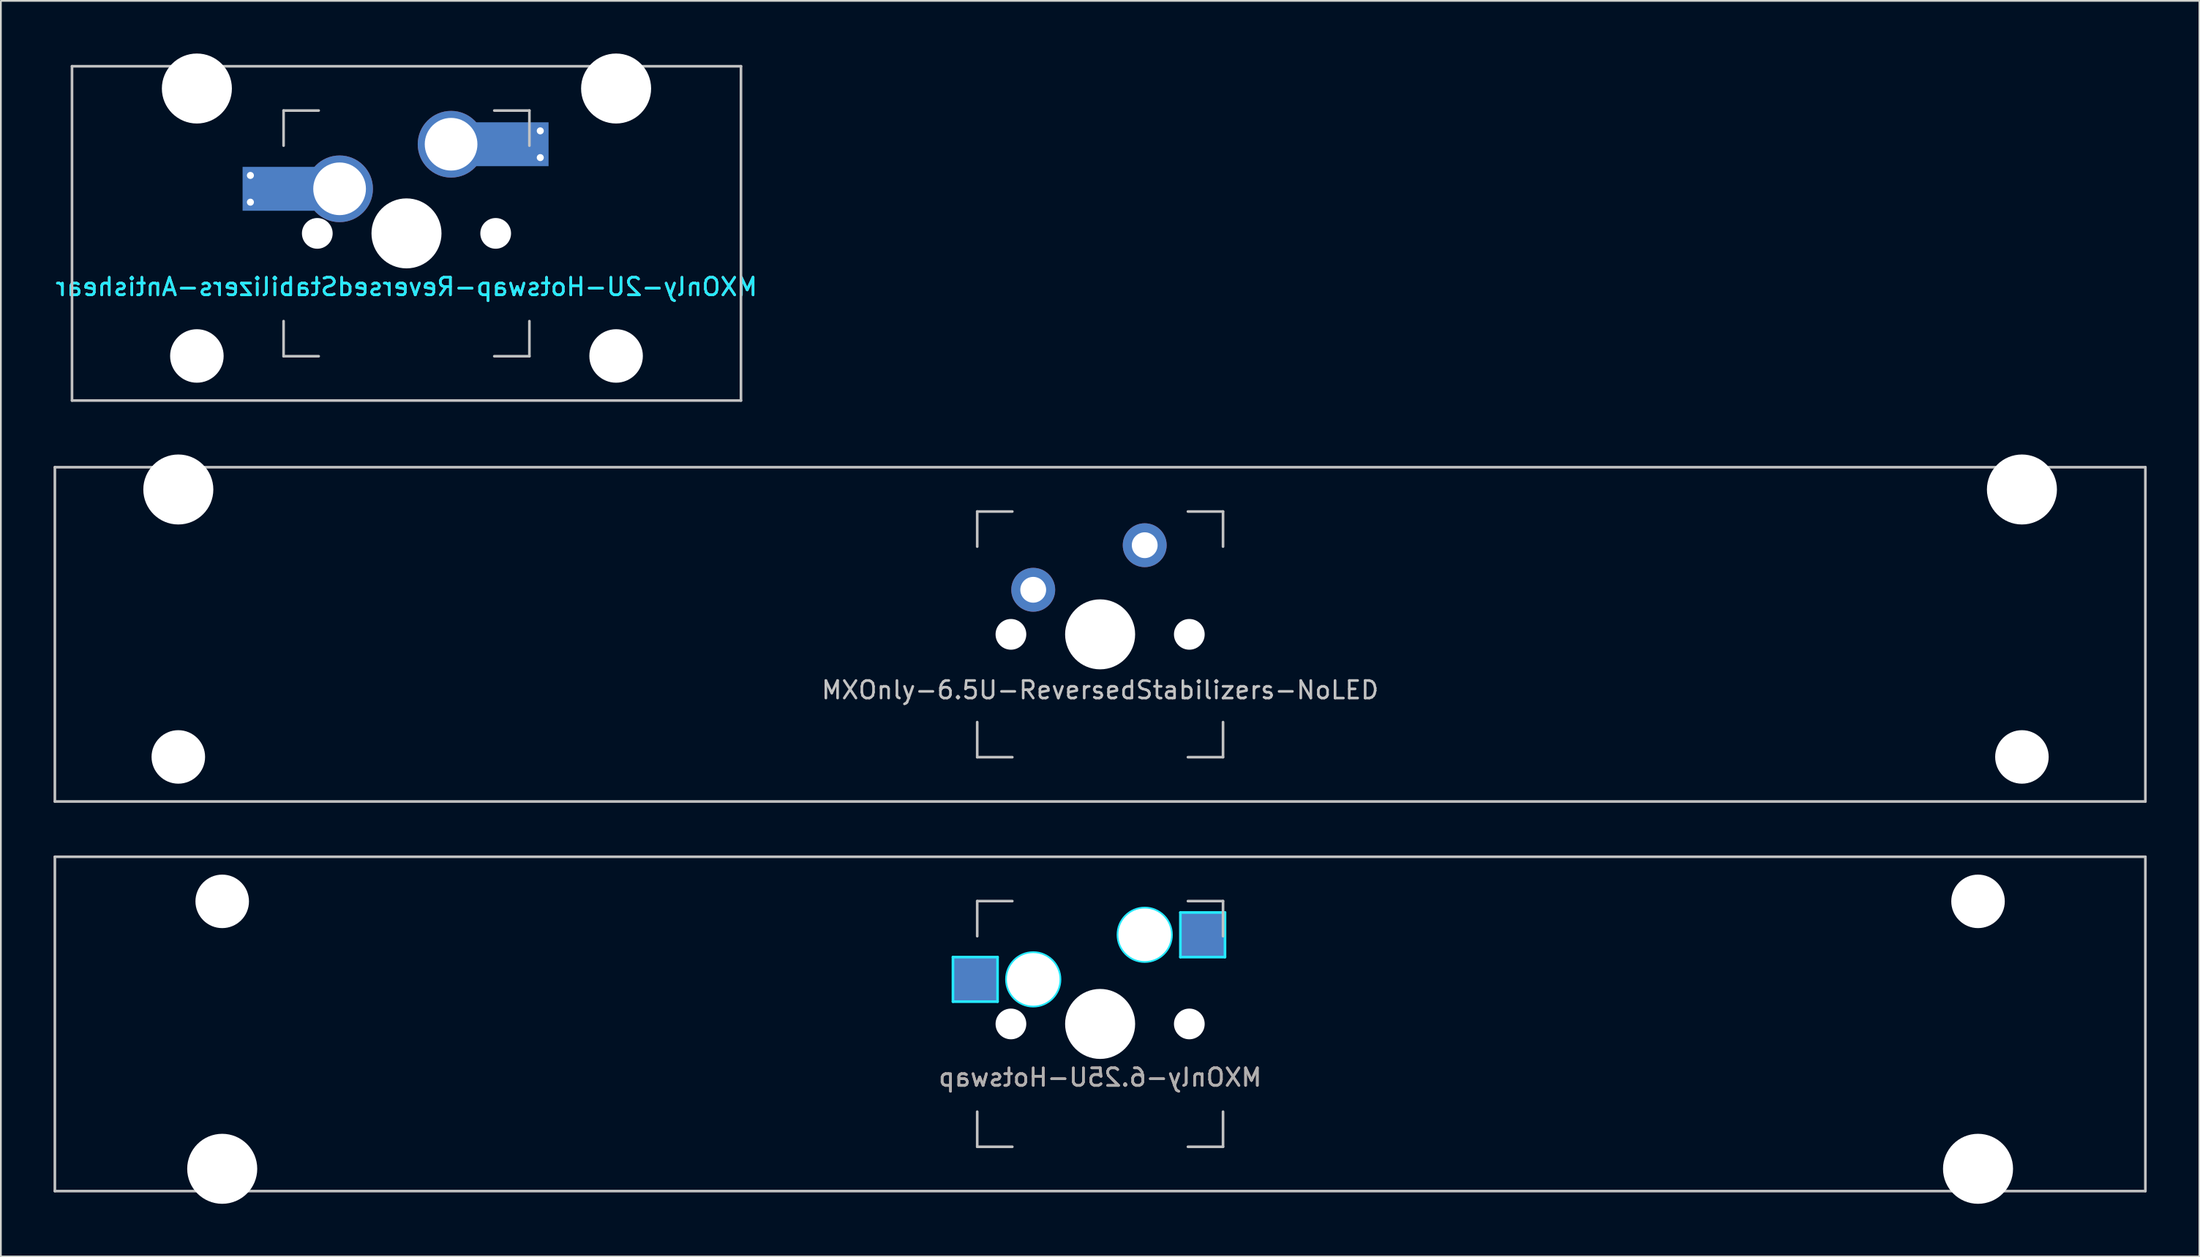
<source format=kicad_pcb>
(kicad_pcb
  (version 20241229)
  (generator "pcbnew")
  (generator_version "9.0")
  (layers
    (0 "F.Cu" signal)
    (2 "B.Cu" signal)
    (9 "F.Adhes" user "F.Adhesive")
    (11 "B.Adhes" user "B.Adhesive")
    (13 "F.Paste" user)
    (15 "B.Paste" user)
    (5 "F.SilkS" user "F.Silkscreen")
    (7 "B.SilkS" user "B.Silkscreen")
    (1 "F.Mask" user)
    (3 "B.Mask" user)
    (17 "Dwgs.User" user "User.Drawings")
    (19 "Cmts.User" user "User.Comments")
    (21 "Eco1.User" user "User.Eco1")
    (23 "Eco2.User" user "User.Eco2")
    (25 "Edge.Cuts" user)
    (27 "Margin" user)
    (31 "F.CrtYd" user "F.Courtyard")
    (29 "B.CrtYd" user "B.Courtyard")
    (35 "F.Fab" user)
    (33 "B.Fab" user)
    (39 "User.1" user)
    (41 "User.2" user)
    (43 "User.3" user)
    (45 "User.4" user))
  (footprint "MXOnly-6.25U-Hotswap"
    (layer "F.Cu")
    (at 59.606 55.298)
    (property "Reference" "MXOnly-6.25U-Hotswap" (at 0 3.048 0) (layer "F.Fab") (effects (font (size 1 1) (thickness 0.15)) (justify mirror)))
    (attr smd)
    (fp_line (start -59.531 -9.525) (end 59.531 -9.525) (stroke (width 0.15) (type solid)) (layer "Dwgs.User"))
    (fp_line (start -59.531 9.525) (end -59.531 -9.525) (stroke (width 0.15) (type solid)) (layer "Dwgs.User"))
    (fp_line (start -7 -7) (end -7 -5) (stroke (width 0.15) (type solid)) (layer "Dwgs.User"))
    (fp_line (start -7 5) (end -7 7) (stroke (width 0.15) (type solid)) (layer "Dwgs.User"))
    (fp_line (start -7 7) (end -5 7) (stroke (width 0.15) (type solid)) (layer "Dwgs.User"))
    (fp_line (start -5 -7) (end -7 -7) (stroke (width 0.15) (type solid)) (layer "Dwgs.User"))
    (fp_line (start 5 -7) (end 7 -7) (stroke (width 0.15) (type solid)) (layer "Dwgs.User"))
    (fp_line (start 5 7) (end 7 7) (stroke (width 0.15) (type solid)) (layer "Dwgs.User"))
    (fp_line (start 7 -7) (end 7 -5) (stroke (width 0.15) (type solid)) (layer "Dwgs.User"))
    (fp_line (start 7 7) (end 7 5) (stroke (width 0.15) (type solid)) (layer "Dwgs.User"))
    (fp_line (start 59.531 -9.525) (end 59.531 9.525) (stroke (width 0.15) (type solid)) (layer "Dwgs.User"))
    (fp_line (start 59.531 9.525) (end -59.531 9.525) (stroke (width 0.15) (type solid)) (layer "Dwgs.User"))
    (fp_line (start -8.382 -3.81) (end -5.842 -3.81) (stroke (width 0.15) (type solid)) (layer "B.CrtYd"))
    (fp_line (start -8.382 -1.27) (end -8.382 -3.81) (stroke (width 0.15) (type solid)) (layer "B.CrtYd"))
    (fp_line (start -5.842 -3.81) (end -5.842 -1.27) (stroke (width 0.15) (type solid)) (layer "B.CrtYd"))
    (fp_line (start -5.842 -1.27) (end -8.382 -1.27) (stroke (width 0.15) (type solid)) (layer "B.CrtYd"))
    (fp_line (start 4.572 -6.35) (end 7.112 -6.35) (stroke (width 0.15) (type solid)) (layer "B.CrtYd"))
    (fp_line (start 4.572 -3.81) (end 4.572 -6.35) (stroke (width 0.15) (type solid)) (layer "B.CrtYd"))
    (fp_line (start 7.112 -6.35) (end 7.112 -3.81) (stroke (width 0.15) (type solid)) (layer "B.CrtYd"))
    (fp_line (start 7.112 -3.81) (end 4.572 -3.81) (stroke (width 0.15) (type solid)) (layer "B.CrtYd"))
    (fp_circle (center -3.81 -2.54) (end -3.81 -4.064) (stroke (width 0.15) (type solid)) (fill no) (layer "B.CrtYd"))
    (fp_circle (center 2.54 -5.08) (end 2.54 -6.604) (stroke (width 0.15) (type solid)) (fill no) (layer "B.CrtYd"))
    (fp_text user "${REFERENCE}" (at 0 3.048 0) (layer "B.SilkS") (effects (font (size 1 1) (thickness 0.15)) (justify mirror)))
    (pad "" np_thru_hole circle (at -50 -6.985) (size 3.048 3.048) (drill 3.048) (layers "*.Cu" "*.Mask"))
    (pad "" np_thru_hole circle (at -50 8.255) (size 3.988 3.988) (drill 3.988) (layers "*.Cu" "*.Mask"))
    (pad "" np_thru_hole circle (at -5.08 0 48.1) (size 1.75 1.75) (drill 1.75) (layers "*.Cu" "*.Mask"))
    (pad "" np_thru_hole circle (at -3.81 -2.54) (size 3 3) (drill 3) (layers "*.Cu" "*.Mask"))
    (pad "" np_thru_hole circle (at 0 0) (size 3.988 3.988) (drill 3.988) (layers "*.Cu" "*.Mask"))
    (pad "" np_thru_hole circle (at 2.54 -5.08) (size 3 3) (drill 3) (layers "*.Cu" "*.Mask"))
    (pad "" np_thru_hole circle (at 5.08 0 48.1) (size 1.75 1.75) (drill 1.75) (layers "*.Cu" "*.Mask"))
    (pad "" np_thru_hole circle (at 50 -6.985) (size 3.048 3.048) (drill 3.048) (layers "*.Cu" "*.Mask"))
    (pad "" np_thru_hole circle (at 50 8.255) (size 3.988 3.988) (drill 3.988) (layers "*.Cu" "*.Mask"))
    (pad "1" smd rect (at -7.085 -2.54) (size 2.55 2.5) (layers "B.Cu" "B.Mask" "B.Paste"))
    (pad "2" smd rect (at 5.842 -5.08) (size 2.55 2.5) (layers "B.Cu" "B.Mask" "B.Paste")))
  (footprint "MXOnly-2U-Hotswap-ReversedStabilizers-Antishear"
    (layer "F.Cu")
    (at 20.101 10.249)
    (property "Reference" "MXOnly-2U-Hotswap-ReversedStabilizers-Antishear" (at 0 3.048 0) (layer "B.CrtYd") (effects (font (size 1 1) (thickness 0.15)) (justify mirror)))
    (attr smd)
    (fp_line (start -19.05 -9.525) (end 19.05 -9.525) (stroke (width 0.15) (type solid)) (layer "Dwgs.User"))
    (fp_line (start -19.05 9.525) (end -19.05 -9.525) (stroke (width 0.15) (type solid)) (layer "Dwgs.User"))
    (fp_line (start -7 -7) (end -7 -5) (stroke (width 0.15) (type solid)) (layer "Dwgs.User"))
    (fp_line (start -7 5) (end -7 7) (stroke (width 0.15) (type solid)) (layer "Dwgs.User"))
    (fp_line (start -7 7) (end -5 7) (stroke (width 0.15) (type solid)) (layer "Dwgs.User"))
    (fp_line (start -5 -7) (end -7 -7) (stroke (width 0.15) (type solid)) (layer "Dwgs.User"))
    (fp_line (start 5 -7) (end 7 -7) (stroke (width 0.15) (type solid)) (layer "Dwgs.User"))
    (fp_line (start 5 7) (end 7 7) (stroke (width 0.15) (type solid)) (layer "Dwgs.User"))
    (fp_line (start 7 -7) (end 7 -5) (stroke (width 0.15) (type solid)) (layer "Dwgs.User"))
    (fp_line (start 7 7) (end 7 5) (stroke (width 0.15) (type solid)) (layer "Dwgs.User"))
    (fp_line (start 19.05 -9.525) (end 19.05 9.525) (stroke (width 0.15) (type solid)) (layer "Dwgs.User"))
    (fp_line (start 19.05 9.525) (end -19.05 9.525) (stroke (width 0.15) (type solid)) (layer "Dwgs.User"))
    (fp_text user "${REFERENCE}" (at 0 3.048 0) (layer "B.SilkS") (effects (font (size 1 1) (thickness 0.15)) (justify mirror)))
    (pad "" np_thru_hole circle (at -11.938 -8.255) (size 3.988 3.988) (drill 3.988) (layers "*.Cu" "*.Mask"))
    (pad "" np_thru_hole circle (at -11.938 6.985) (size 3.048 3.048) (drill 3.048) (layers "*.Cu" "*.Mask"))
    (pad "" smd rect (at -7.085 -2.54) (size 2.55 2.5) (layers "B.Mask" "B.Paste"))
    (pad "" np_thru_hole circle (at -5.08 0 48.1) (size 1.75 1.75) (drill 1.75) (layers "*.Cu" "*.Mask"))
    (pad "" np_thru_hole circle (at 0 0) (size 3.988 3.988) (drill 3.988) (layers "*.Cu" "*.Mask"))
    (pad "" np_thru_hole circle (at 5.08 0 48.1) (size 1.75 1.75) (drill 1.75) (layers "*.Cu" "*.Mask"))
    (pad "" smd rect (at 5.815 -5.08) (size 2.55 2.5) (layers "B.Mask" "B.Paste"))
    (pad "" np_thru_hole circle (at 11.938 -8.255) (size 3.988 3.988) (drill 3.988) (layers "*.Cu" "*.Mask"))
    (pad "" np_thru_hole circle (at 11.938 6.985) (size 3.048 3.048) (drill 3.048) (layers "*.Cu" "*.Mask"))
    (pad "1" thru_hole circle (at -8.89 -3.302) (size 0.8 0.8) (drill 0.4) (layers "*.Cu"))
    (pad "1" thru_hole circle (at -8.89 -1.778) (size 0.8 0.8) (drill 0.4) (layers "*.Cu"))
    (pad "1" smd rect (at -7.085 -2.54) (size 4.5 2.5) (layers "B.Cu"))
    (pad "1" thru_hole circle (at -3.81 -2.54) (size 3.8 3.8) (drill 3) (layers "*.Cu"))
    (pad "2" thru_hole circle (at 2.54 -5.08) (size 3.8 3.8) (drill 3) (layers "*.Cu"))
    (pad "2" smd rect (at 5.842 -5.08) (size 4.5 2.5) (layers "B.Cu"))
    (pad "2" thru_hole circle (at 7.62 -5.842) (size 0.8 0.8) (drill 0.4) (layers "*.Cu"))
    (pad "2" thru_hole circle (at 7.62 -4.318) (size 0.8 0.8) (drill 0.4) (layers "*.Cu")))
  (footprint "MXOnly-6.5U-ReversedStabilizers-NoLED"
    (layer "F.Cu")
    (at 59.606 33.098)
    (property "Reference" "MXOnly-6.5U-ReversedStabilizers-NoLED" (at 0 3.175 0) (layer "Dwgs.User") (effects (font (size 1 1) (thickness 0.15))))
    (attr through_hole)
    (fp_line (start -59.531 -9.525) (end 59.531 -9.525) (stroke (width 0.15) (type solid)) (layer "Dwgs.User"))
    (fp_line (start -59.531 9.525) (end -59.531 -9.525) (stroke (width 0.15) (type solid)) (layer "Dwgs.User"))
    (fp_line (start -59.531 9.525) (end 59.531 9.525) (stroke (width 0.15) (type solid)) (layer "Dwgs.User"))
    (fp_line (start -7 -7) (end -7 -5) (stroke (width 0.15) (type solid)) (layer "Dwgs.User"))
    (fp_line (start -7 5) (end -7 7) (stroke (width 0.15) (type solid)) (layer "Dwgs.User"))
    (fp_line (start -7 7) (end -5 7) (stroke (width 0.15) (type solid)) (layer "Dwgs.User"))
    (fp_line (start -5 -7) (end -7 -7) (stroke (width 0.15) (type solid)) (layer "Dwgs.User"))
    (fp_line (start 5 -7) (end 7 -7) (stroke (width 0.15) (type solid)) (layer "Dwgs.User"))
    (fp_line (start 5 7) (end 7 7) (stroke (width 0.15) (type solid)) (layer "Dwgs.User"))
    (fp_line (start 7 -7) (end 7 -5) (stroke (width 0.15) (type solid)) (layer "Dwgs.User"))
    (fp_line (start 7 7) (end 7 5) (stroke (width 0.15) (type solid)) (layer "Dwgs.User"))
    (fp_line (start 59.531 -9.525) (end 59.531 9.525) (stroke (width 0.15) (type solid)) (layer "Dwgs.User"))
    (pad "" np_thru_hole circle (at -52.5 -8.255) (size 3.988 3.988) (drill 3.988) (layers "*.Cu" "*.Mask"))
    (pad "" np_thru_hole circle (at -52.5 6.985) (size 3.048 3.048) (drill 3.048) (layers "*.Cu" "*.Mask"))
    (pad "" np_thru_hole circle (at -5.08 0 48.1) (size 1.75 1.75) (drill 1.75) (layers "*.Cu" "*.Mask"))
    (pad "" np_thru_hole circle (at 0 0) (size 3.988 3.988) (drill 3.988) (layers "*.Cu" "*.Mask"))
    (pad "" np_thru_hole circle (at 5.08 0 48.1) (size 1.75 1.75) (drill 1.75) (layers "*.Cu" "*.Mask"))
    (pad "" np_thru_hole circle (at 52.5 -8.255) (size 3.988 3.988) (drill 3.988) (layers "*.Cu" "*.Mask"))
    (pad "" np_thru_hole circle (at 52.5 6.985) (size 3.048 3.048) (drill 3.048) (layers "*.Cu" "*.Mask"))
    (pad "1" thru_hole circle (at -3.81 -2.54) (size 2.5 2.5) (drill 1.47) (layers "*.Cu" "*.Mask"))
    (pad "2" thru_hole circle (at 2.54 -5.08) (size 2.5 2.5) (drill 1.47) (layers "*.Cu" "*.Mask")))
  (gr_rect
    (start -3 -3)
    (end 122.213 68.547)
    (stroke (width 0.1) (type default))
    (fill no)
    (layer "Edge.Cuts")))
</source>
